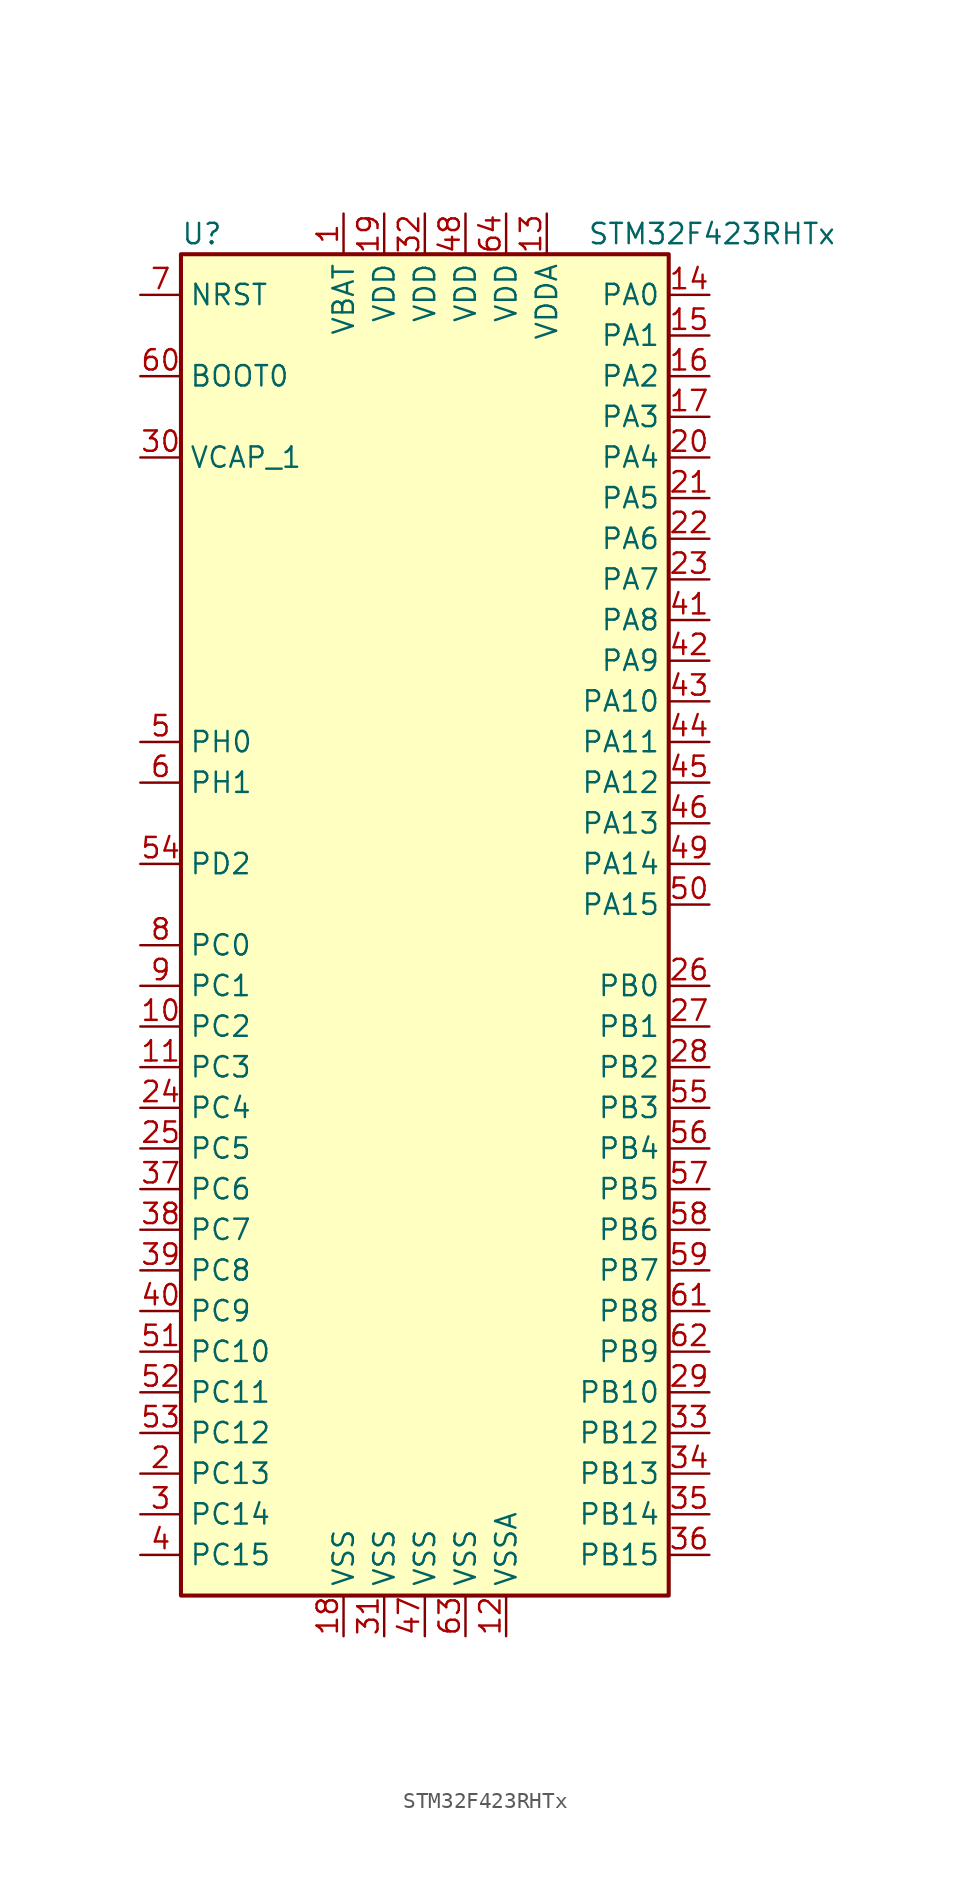
<source format=kicad_sym>
(kicad_symbol_lib
  (version 20201005)
  (generator kicad_symbol_editor)
  (symbol "STM32F423RHTx"
    (property "Reference" "U"
      (at -15.24 41.91 0)
      (effects (font (size 1.27 1.27)) (justify left)))
    (property "Value" "STM32F423RHTx"
      (at 10.16 41.91 0)
      (effects (font (size 1.27 1.27)) (justify left)))
    (symbol "STM32F423RHTx_0_1"
      (rectangle (start -15.24 -43.18) (end 15.24 40.64) (stroke (width 0.254)) (fill (type background))))
    (symbol "STM32F423RHTx_1_1"
      (pin input line (at -17.78 33.02 0) (length 2.54) (name "BOOT0" (effects (font (size 1.27 1.27)))) (number "60" (effects (font (size 1.27 1.27)))))
      (pin input line (at -17.78 38.1 0) (length 2.54) (name "NRST" (effects (font (size 1.27 1.27)))) (number "7" (effects (font (size 1.27 1.27)))))
      (pin bidirectional line (at 17.78 38.1 180) (length 2.54) (name "PA0" (effects (font (size 1.27 1.27)))) (number "14" (effects (font (size 1.27 1.27)))))
      (pin bidirectional line (at 17.78 35.56 180) (length 2.54) (name "PA1" (effects (font (size 1.27 1.27)))) (number "15" (effects (font (size 1.27 1.27)))))
      (pin bidirectional line (at 17.78 12.7 180) (length 2.54) (name "PA10" (effects (font (size 1.27 1.27)))) (number "43" (effects (font (size 1.27 1.27)))))
      (pin bidirectional line (at 17.78 10.16 180) (length 2.54) (name "PA11" (effects (font (size 1.27 1.27)))) (number "44" (effects (font (size 1.27 1.27)))))
      (pin bidirectional line (at 17.78 7.62 180) (length 2.54) (name "PA12" (effects (font (size 1.27 1.27)))) (number "45" (effects (font (size 1.27 1.27)))))
      (pin bidirectional line (at 17.78 5.08 180) (length 2.54) (name "PA13" (effects (font (size 1.27 1.27)))) (number "46" (effects (font (size 1.27 1.27)))))
      (pin bidirectional line (at 17.78 2.54 180) (length 2.54) (name "PA14" (effects (font (size 1.27 1.27)))) (number "49" (effects (font (size 1.27 1.27)))))
      (pin bidirectional line (at 17.78 0 180) (length 2.54) (name "PA15" (effects (font (size 1.27 1.27)))) (number "50" (effects (font (size 1.27 1.27)))))
      (pin bidirectional line (at 17.78 33.02 180) (length 2.54) (name "PA2" (effects (font (size 1.27 1.27)))) (number "16" (effects (font (size 1.27 1.27)))))
      (pin bidirectional line (at 17.78 30.48 180) (length 2.54) (name "PA3" (effects (font (size 1.27 1.27)))) (number "17" (effects (font (size 1.27 1.27)))))
      (pin bidirectional line (at 17.78 27.94 180) (length 2.54) (name "PA4" (effects (font (size 1.27 1.27)))) (number "20" (effects (font (size 1.27 1.27)))))
      (pin bidirectional line (at 17.78 25.4 180) (length 2.54) (name "PA5" (effects (font (size 1.27 1.27)))) (number "21" (effects (font (size 1.27 1.27)))))
      (pin bidirectional line (at 17.78 22.86 180) (length 2.54) (name "PA6" (effects (font (size 1.27 1.27)))) (number "22" (effects (font (size 1.27 1.27)))))
      (pin bidirectional line (at 17.78 20.32 180) (length 2.54) (name "PA7" (effects (font (size 1.27 1.27)))) (number "23" (effects (font (size 1.27 1.27)))))
      (pin bidirectional line (at 17.78 17.78 180) (length 2.54) (name "PA8" (effects (font (size 1.27 1.27)))) (number "41" (effects (font (size 1.27 1.27)))))
      (pin bidirectional line (at 17.78 15.24 180) (length 2.54) (name "PA9" (effects (font (size 1.27 1.27)))) (number "42" (effects (font (size 1.27 1.27)))))
      (pin bidirectional line (at 17.78 -5.08 180) (length 2.54) (name "PB0" (effects (font (size 1.27 1.27)))) (number "26" (effects (font (size 1.27 1.27)))))
      (pin bidirectional line (at 17.78 -7.62 180) (length 2.54) (name "PB1" (effects (font (size 1.27 1.27)))) (number "27" (effects (font (size 1.27 1.27)))))
      (pin bidirectional line (at 17.78 -30.48 180) (length 2.54) (name "PB10" (effects (font (size 1.27 1.27)))) (number "29" (effects (font (size 1.27 1.27)))))
      (pin bidirectional line (at 17.78 -33.02 180) (length 2.54) (name "PB12" (effects (font (size 1.27 1.27)))) (number "33" (effects (font (size 1.27 1.27)))))
      (pin bidirectional line (at 17.78 -35.56 180) (length 2.54) (name "PB13" (effects (font (size 1.27 1.27)))) (number "34" (effects (font (size 1.27 1.27)))))
      (pin bidirectional line (at 17.78 -38.1 180) (length 2.54) (name "PB14" (effects (font (size 1.27 1.27)))) (number "35" (effects (font (size 1.27 1.27)))))
      (pin bidirectional line (at 17.78 -40.64 180) (length 2.54) (name "PB15" (effects (font (size 1.27 1.27)))) (number "36" (effects (font (size 1.27 1.27)))))
      (pin bidirectional line (at 17.78 -10.16 180) (length 2.54) (name "PB2" (effects (font (size 1.27 1.27)))) (number "28" (effects (font (size 1.27 1.27)))))
      (pin bidirectional line (at 17.78 -12.7 180) (length 2.54) (name "PB3" (effects (font (size 1.27 1.27)))) (number "55" (effects (font (size 1.27 1.27)))))
      (pin bidirectional line (at 17.78 -15.24 180) (length 2.54) (name "PB4" (effects (font (size 1.27 1.27)))) (number "56" (effects (font (size 1.27 1.27)))))
      (pin bidirectional line (at 17.78 -17.78 180) (length 2.54) (name "PB5" (effects (font (size 1.27 1.27)))) (number "57" (effects (font (size 1.27 1.27)))))
      (pin bidirectional line (at 17.78 -20.32 180) (length 2.54) (name "PB6" (effects (font (size 1.27 1.27)))) (number "58" (effects (font (size 1.27 1.27)))))
      (pin bidirectional line (at 17.78 -22.86 180) (length 2.54) (name "PB7" (effects (font (size 1.27 1.27)))) (number "59" (effects (font (size 1.27 1.27)))))
      (pin bidirectional line (at 17.78 -25.4 180) (length 2.54) (name "PB8" (effects (font (size 1.27 1.27)))) (number "61" (effects (font (size 1.27 1.27)))))
      (pin bidirectional line (at 17.78 -27.94 180) (length 2.54) (name "PB9" (effects (font (size 1.27 1.27)))) (number "62" (effects (font (size 1.27 1.27)))))
      (pin bidirectional line (at -17.78 -2.54 0) (length 2.54) (name "PC0" (effects (font (size 1.27 1.27)))) (number "8" (effects (font (size 1.27 1.27)))))
      (pin bidirectional line (at -17.78 -5.08 0) (length 2.54) (name "PC1" (effects (font (size 1.27 1.27)))) (number "9" (effects (font (size 1.27 1.27)))))
      (pin bidirectional line (at -17.78 -27.94 0) (length 2.54) (name "PC10" (effects (font (size 1.27 1.27)))) (number "51" (effects (font (size 1.27 1.27)))))
      (pin bidirectional line (at -17.78 -30.48 0) (length 2.54) (name "PC11" (effects (font (size 1.27 1.27)))) (number "52" (effects (font (size 1.27 1.27)))))
      (pin bidirectional line (at -17.78 -33.02 0) (length 2.54) (name "PC12" (effects (font (size 1.27 1.27)))) (number "53" (effects (font (size 1.27 1.27)))))
      (pin bidirectional line (at -17.78 -35.56 0) (length 2.54) (name "PC13" (effects (font (size 1.27 1.27)))) (number "2" (effects (font (size 1.27 1.27)))))
      (pin bidirectional line (at -17.78 -38.1 0) (length 2.54) (name "PC14" (effects (font (size 1.27 1.27)))) (number "3" (effects (font (size 1.27 1.27)))))
      (pin bidirectional line (at -17.78 -40.64 0) (length 2.54) (name "PC15" (effects (font (size 1.27 1.27)))) (number "4" (effects (font (size 1.27 1.27)))))
      (pin bidirectional line (at -17.78 -7.62 0) (length 2.54) (name "PC2" (effects (font (size 1.27 1.27)))) (number "10" (effects (font (size 1.27 1.27)))))
      (pin bidirectional line (at -17.78 -10.16 0) (length 2.54) (name "PC3" (effects (font (size 1.27 1.27)))) (number "11" (effects (font (size 1.27 1.27)))))
      (pin bidirectional line (at -17.78 -12.7 0) (length 2.54) (name "PC4" (effects (font (size 1.27 1.27)))) (number "24" (effects (font (size 1.27 1.27)))))
      (pin bidirectional line (at -17.78 -15.24 0) (length 2.54) (name "PC5" (effects (font (size 1.27 1.27)))) (number "25" (effects (font (size 1.27 1.27)))))
      (pin bidirectional line (at -17.78 -17.78 0) (length 2.54) (name "PC6" (effects (font (size 1.27 1.27)))) (number "37" (effects (font (size 1.27 1.27)))))
      (pin bidirectional line (at -17.78 -20.32 0) (length 2.54) (name "PC7" (effects (font (size 1.27 1.27)))) (number "38" (effects (font (size 1.27 1.27)))))
      (pin bidirectional line (at -17.78 -22.86 0) (length 2.54) (name "PC8" (effects (font (size 1.27 1.27)))) (number "39" (effects (font (size 1.27 1.27)))))
      (pin bidirectional line (at -17.78 -25.4 0) (length 2.54) (name "PC9" (effects (font (size 1.27 1.27)))) (number "40" (effects (font (size 1.27 1.27)))))
      (pin bidirectional line (at -17.78 2.54 0) (length 2.54) (name "PD2" (effects (font (size 1.27 1.27)))) (number "54" (effects (font (size 1.27 1.27)))))
      (pin input line (at -17.78 10.16 0) (length 2.54) (name "PH0" (effects (font (size 1.27 1.27)))) (number "5" (effects (font (size 1.27 1.27)))))
      (pin input line (at -17.78 7.62 0) (length 2.54) (name "PH1" (effects (font (size 1.27 1.27)))) (number "6" (effects (font (size 1.27 1.27)))))
      (pin power_in line (at -5.08 43.18 270) (length 2.54) (name "VBAT" (effects (font (size 1.27 1.27)))) (number "1" (effects (font (size 1.27 1.27)))))
      (pin power_in line (at -17.78 27.94 0) (length 2.54) (name "VCAP_1" (effects (font (size 1.27 1.27)))) (number "30" (effects (font (size 1.27 1.27)))))
      (pin power_in line (at -2.54 43.18 270) (length 2.54) (name "VDD" (effects (font (size 1.27 1.27)))) (number "19" (effects (font (size 1.27 1.27)))))
      (pin power_in line (at 0 43.18 270) (length 2.54) (name "VDD" (effects (font (size 1.27 1.27)))) (number "32" (effects (font (size 1.27 1.27)))))
      (pin power_in line (at 2.54 43.18 270) (length 2.54) (name "VDD" (effects (font (size 1.27 1.27)))) (number "48" (effects (font (size 1.27 1.27)))))
      (pin power_in line (at 5.08 43.18 270) (length 2.54) (name "VDD" (effects (font (size 1.27 1.27)))) (number "64" (effects (font (size 1.27 1.27)))))
      (pin power_in line (at 7.62 43.18 270) (length 2.54) (name "VDDA" (effects (font (size 1.27 1.27)))) (number "13" (effects (font (size 1.27 1.27)))))
      (pin power_in line (at -5.08 -45.72 90) (length 2.54) (name "VSS" (effects (font (size 1.27 1.27)))) (number "18" (effects (font (size 1.27 1.27)))))
      (pin power_in line (at -2.54 -45.72 90) (length 2.54) (name "VSS" (effects (font (size 1.27 1.27)))) (number "31" (effects (font (size 1.27 1.27)))))
      (pin power_in line (at 0 -45.72 90) (length 2.54) (name "VSS" (effects (font (size 1.27 1.27)))) (number "47" (effects (font (size 1.27 1.27)))))
      (pin power_in line (at 2.54 -45.72 90) (length 2.54) (name "VSS" (effects (font (size 1.27 1.27)))) (number "63" (effects (font (size 1.27 1.27)))))
      (pin power_in line (at 5.08 -45.72 90) (length 2.54) (name "VSSA" (effects (font (size 1.27 1.27)))) (number "12" (effects (font (size 1.27 1.27))))))))
</source>
